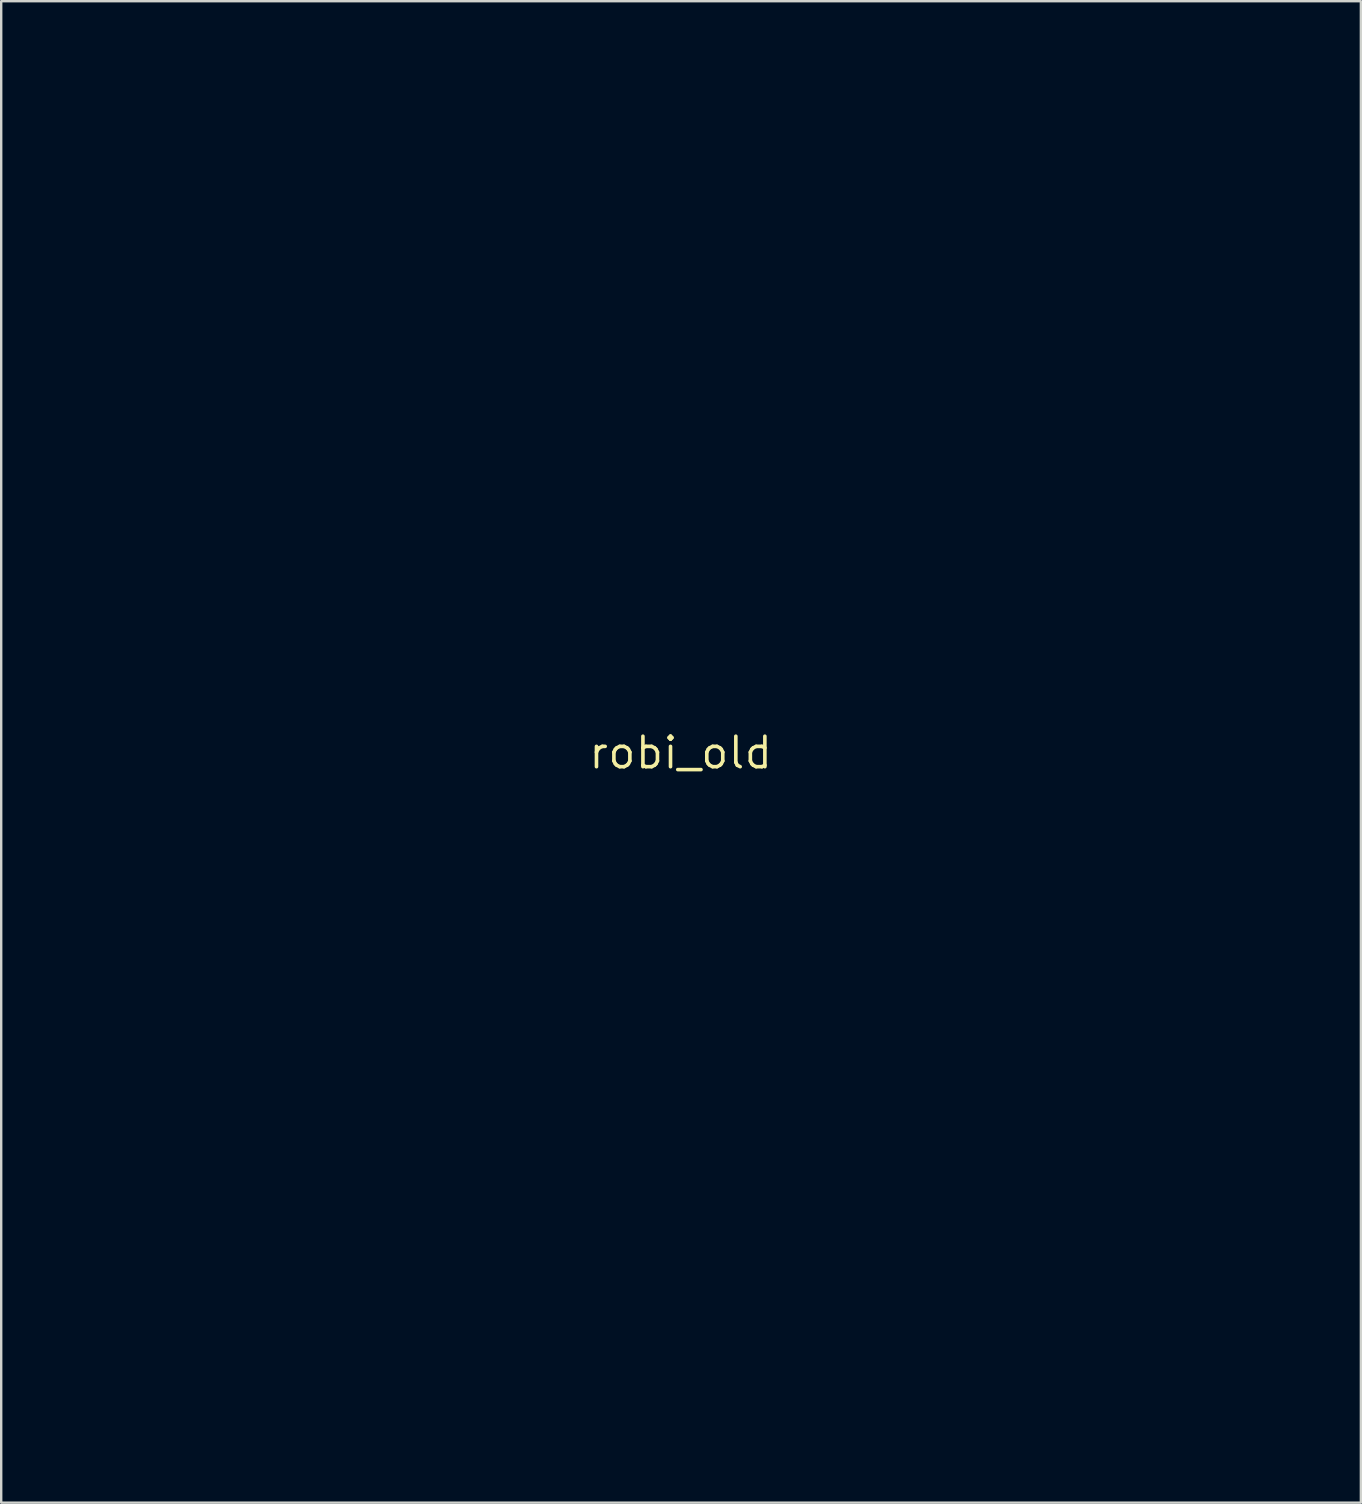
<source format=kicad_pcb>
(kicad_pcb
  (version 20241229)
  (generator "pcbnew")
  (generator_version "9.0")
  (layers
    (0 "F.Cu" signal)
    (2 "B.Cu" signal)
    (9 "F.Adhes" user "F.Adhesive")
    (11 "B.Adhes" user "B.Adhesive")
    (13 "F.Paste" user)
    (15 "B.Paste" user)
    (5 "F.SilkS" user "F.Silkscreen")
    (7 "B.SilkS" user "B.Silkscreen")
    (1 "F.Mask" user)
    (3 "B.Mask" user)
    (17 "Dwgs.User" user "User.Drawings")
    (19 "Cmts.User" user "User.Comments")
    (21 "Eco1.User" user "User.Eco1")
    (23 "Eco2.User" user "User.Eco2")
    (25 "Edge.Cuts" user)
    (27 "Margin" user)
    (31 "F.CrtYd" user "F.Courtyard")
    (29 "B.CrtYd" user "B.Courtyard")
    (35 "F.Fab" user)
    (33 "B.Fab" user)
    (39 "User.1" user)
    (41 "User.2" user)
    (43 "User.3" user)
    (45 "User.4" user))
  (footprint "robi_old"
    (layer "F.Cu")
    (at 25.308 28.312)
    (property "Reference" "robi_old" (at 0 0 0) (layer "F.SilkS") (effects (font (size 1.27 1.27) (thickness 0.15))))
    (attr through_hole)
    (fp_poly (pts (xy -3.675 -9.575) (xy -3.667 -9.493) (xy -3.662 -9.41) (xy -3.662 -9.392) (xy -3.656 -9.291) (xy -3.64 -9.16) (xy -3.615 -9.011) (xy -3.584 -8.855) (xy -3.548 -8.703) (xy -3.524 -8.614) (xy -3.396 -8.243) (xy -3.23 -7.89) (xy -3.031 -7.558) (xy -2.8 -7.249) (xy -2.539 -6.965) (xy -2.251 -6.709) (xy -1.938 -6.483) (xy -1.602 -6.289) (xy -1.247 -6.129) (xy -0.874 -6.005) (xy -0.697 -5.961) (xy -0.302 -5.894) (xy 0.092 -5.869) (xy 0.483 -5.886) (xy 0.871 -5.945) (xy 1.252 -6.045) (xy 1.628 -6.188) (xy 1.75 -6.244) (xy 2.1 -6.432) (xy 2.42 -6.649) (xy 2.712 -6.895) (xy 2.979 -7.174) (xy 3.225 -7.488) (xy 3.307 -7.609) (xy 3.465 -7.876) (xy 3.603 -8.169) (xy 3.72 -8.477) (xy 3.812 -8.793) (xy 3.877 -9.107) (xy 3.911 -9.41) (xy 3.916 -9.562) (xy 3.916 -9.673) (xy 5.256 -9.673) (xy 5.243 -9.403) (xy 5.2 -8.948) (xy 5.118 -8.503) (xy 4.997 -8.07) (xy 4.839 -7.652) (xy 4.646 -7.251) (xy 4.42 -6.87) (xy 4.162 -6.509) (xy 3.873 -6.171) (xy 3.556 -5.859) (xy 3.212 -5.574) (xy 2.841 -5.318) (xy 2.447 -5.094) (xy 2.031 -4.904) (xy 1.775 -4.808) (xy 1.453 -4.711) (xy 1.113 -4.63) (xy 0.847 -4.583) (xy 0.757 -4.573) (xy 0.64 -4.563) (xy 0.502 -4.554) (xy 0.353 -4.547) (xy 0.203 -4.541) (xy 0.06 -4.537) (xy -0.067 -4.536) (xy -0.169 -4.538) (xy -0.233 -4.542) (xy -0.287 -4.548) (xy -0.369 -4.558) (xy -0.465 -4.569) (xy -0.508 -4.574) (xy -0.95 -4.645) (xy -1.382 -4.756) (xy -1.802 -4.906) (xy -2.206 -5.091) (xy -2.593 -5.312) (xy -2.96 -5.565) (xy -3.304 -5.85) (xy -3.624 -6.164) (xy -3.917 -6.506) (xy -4.179 -6.874) (xy -4.41 -7.267) (xy -4.477 -7.398) (xy -4.652 -7.791) (xy -4.791 -8.19) (xy -4.896 -8.601) (xy -4.968 -9.031) (xy -5.007 -9.446) (xy -5.022 -9.673) (xy -3.689 -9.673) (xy -3.675 -9.575)) (stroke (width 0.01) (type solid)) (fill yes) (layer "F.Mask"))
    (fp_poly (pts (xy -7.881 -28.305) (xy -7.666 -28.298) (xy -7.47 -28.287) (xy -7.306 -28.271) (xy -7.303 -28.271) (xy -6.757 -28.183) (xy -6.226 -28.055) (xy -5.71 -27.889) (xy -5.212 -27.685) (xy -4.733 -27.443) (xy -4.274 -27.165) (xy -3.836 -26.85) (xy -3.42 -26.5) (xy -3.175 -26.267) (xy -2.811 -25.874) (xy -2.479 -25.454) (xy -2.18 -25.01) (xy -1.915 -24.544) (xy -1.687 -24.061) (xy -1.497 -23.561) (xy -1.345 -23.049) (xy -1.315 -22.923) (xy -1.263 -22.678) (xy -1.219 -22.42) (xy -1.184 -22.16) (xy -1.158 -21.91) (xy -1.145 -21.682) (xy -1.143 -21.575) (xy -1.143 -21.378) (xy -0.841 -21.394) (xy -0.712 -21.399) (xy -0.548 -21.404) (xy -0.36 -21.407) (xy -0.153 -21.409) (xy 0.063 -21.41) (xy 0.281 -21.409) (xy 0.493 -21.408) (xy 0.691 -21.405) (xy 0.867 -21.402) (xy 1.013 -21.397) (xy 1.082 -21.394) (xy 1.371 -21.378) (xy 1.385 -21.584) (xy 1.415 -21.947) (xy 1.456 -22.279) (xy 1.509 -22.593) (xy 1.576 -22.899) (xy 1.59 -22.955) (xy 1.741 -23.47) (xy 1.93 -23.968) (xy 2.157 -24.449) (xy 2.418 -24.91) (xy 2.713 -25.35) (xy 3.041 -25.765) (xy 3.399 -26.156) (xy 3.786 -26.518) (xy 4.2 -26.852) (xy 4.641 -27.153) (xy 5.106 -27.422) (xy 5.234 -27.488) (xy 5.725 -27.712) (xy 6.225 -27.895) (xy 6.736 -28.038) (xy 7.26 -28.142) (xy 7.673 -28.196) (xy 7.839 -28.208) (xy 8.035 -28.216) (xy 8.251 -28.22) (xy 8.474 -28.219) (xy 8.694 -28.214) (xy 8.898 -28.204) (xy 9.077 -28.191) (xy 9.133 -28.184) (xy 9.678 -28.1) (xy 10.207 -27.976) (xy 10.721 -27.813) (xy 11.218 -27.611) (xy 11.697 -27.371) (xy 12.157 -27.094) (xy 12.597 -26.78) (xy 13.015 -26.429) (xy 13.274 -26.184) (xy 13.64 -25.791) (xy 13.97 -25.377) (xy 14.265 -24.945) (xy 14.523 -24.497) (xy 14.745 -24.036) (xy 14.932 -23.562) (xy 15.082 -23.079) (xy 15.197 -22.588) (xy 15.275 -22.091) (xy 15.317 -21.591) (xy 15.324 -21.089) (xy 15.294 -20.589) (xy 15.228 -20.09) (xy 15.127 -19.597) (xy 14.989 -19.111) (xy 14.815 -18.634) (xy 14.606 -18.168) (xy 14.36 -17.715) (xy 14.078 -17.277) (xy 13.76 -16.857) (xy 13.406 -16.456) (xy 13.293 -16.34) (xy 13.1 -16.153) (xy 12.9 -15.972) (xy 12.702 -15.804) (xy 12.516 -15.659) (xy 12.454 -15.613) (xy 12.345 -15.536) (xy 12.634 -15.15) (xy 13.083 -14.518) (xy 13.495 -13.878) (xy 13.87 -13.223) (xy 14.214 -12.547) (xy 14.53 -11.846) (xy 14.653 -11.546) (xy 14.734 -11.336) (xy 14.821 -11.094) (xy 14.91 -10.833) (xy 14.999 -10.563) (xy 15.084 -10.294) (xy 15.16 -10.038) (xy 15.226 -9.805) (xy 15.246 -9.726) (xy 15.361 -9.282) (xy 16.201 -9.276) (xy 16.412 -9.275) (xy 16.585 -9.274) (xy 16.722 -9.274) (xy 16.829 -9.275) (xy 16.908 -9.276) (xy 16.964 -9.279) (xy 17.001 -9.283) (xy 17.022 -9.289) (xy 17.031 -9.296) (xy 17.032 -9.305) (xy 17.031 -9.308) (xy 16.954 -9.643) (xy 16.928 -9.874) (xy 18.256 -9.874) (xy 19.544 -4.699) (xy 19.658 -4.239) (xy 19.77 -3.79) (xy 19.88 -3.352) (xy 19.985 -2.928) (xy 20.087 -2.519) (xy 20.185 -2.128) (xy 20.278 -1.755) (xy 20.367 -1.403) (xy 20.449 -1.074) (xy 20.526 -0.769) (xy 20.596 -0.49) (xy 20.659 -0.24) (xy 20.715 -0.018) (xy 20.763 0.171) (xy 20.803 0.328) (xy 20.834 0.449) (xy 20.856 0.534) (xy 20.868 0.58) (xy 20.87 0.587) (xy 20.953 0.767) (xy 21.069 0.942) (xy 21.213 1.105) (xy 21.376 1.244) (xy 21.439 1.288) (xy 21.631 1.394) (xy 21.828 1.467) (xy 22.034 1.507) (xy 22.254 1.515) (xy 22.494 1.49) (xy 22.758 1.434) (xy 22.775 1.43) (xy 22.991 1.366) (xy 23.173 1.295) (xy 23.329 1.215) (xy 23.465 1.121) (xy 23.478 1.111) (xy 23.627 0.967) (xy 23.76 0.793) (xy 23.869 0.599) (xy 23.948 0.396) (xy 23.973 0.296) (xy 23.981 0.262) (xy 23.988 0.232) (xy 23.994 0.203) (xy 23.999 0.174) (xy 24.003 0.143) (xy 24.005 0.108) (xy 24.005 0.069) (xy 24.002 0.024) (xy 23.997 -0.03) (xy 23.988 -0.093) (xy 23.976 -0.167) (xy 23.96 -0.253) (xy 23.94 -0.354) (xy 23.916 -0.47) (xy 23.887 -0.603) (xy 23.852 -0.755) (xy 23.812 -0.927) (xy 23.766 -1.121) (xy 23.714 -1.338) (xy 23.656 -1.58) (xy 23.59 -1.848) (xy 23.518 -2.144) (xy 23.438 -2.47) (xy 23.349 -2.826) (xy 23.253 -3.215) (xy 23.148 -3.638) (xy 23.034 -4.097) (xy 22.911 -4.592) (xy 22.778 -5.126) (xy 22.693 -5.472) (xy 22.551 -6.04) (xy 22.42 -6.569) (xy 22.298 -7.059) (xy 22.185 -7.512) (xy 22.081 -7.929) (xy 21.985 -8.312) (xy 21.897 -8.662) (xy 21.817 -8.98) (xy 21.745 -9.267) (xy 21.679 -9.525) (xy 21.621 -9.756) (xy 21.568 -9.96) (xy 21.522 -10.139) (xy 21.482 -10.294) (xy 21.447 -10.426) (xy 21.416 -10.538) (xy 21.391 -10.629) (xy 21.37 -10.702) (xy 21.353 -10.758) (xy 21.34 -10.798) (xy 21.329 -10.824) (xy 21.328 -10.827) (xy 21.209 -11.033) (xy 21.064 -11.213) (xy 20.92 -11.343) (xy 20.733 -11.47) (xy 20.542 -11.562) (xy 20.343 -11.62) (xy 20.13 -11.645) (xy 19.9 -11.637) (xy 19.647 -11.598) (xy 19.516 -11.568) (xy 19.329 -11.517) (xy 19.166 -11.462) (xy 19.036 -11.407) (xy 19.035 -11.407) (xy 18.837 -11.285) (xy 18.659 -11.13) (xy 18.508 -10.946) (xy 18.385 -10.737) (xy 18.322 -10.586) (xy 18.294 -10.504) (xy 18.276 -10.435) (xy 18.264 -10.367) (xy 18.259 -10.287) (xy 18.257 -10.182) (xy 18.257 -10.139) (xy 18.256 -9.874) (xy 16.928 -9.874) (xy 16.917 -9.981) (xy 16.919 -10.318) (xy 16.962 -10.65) (xy 17.043 -10.974) (xy 17.163 -11.286) (xy 17.288 -11.527) (xy 17.478 -11.811) (xy 17.699 -12.066) (xy 17.95 -12.292) (xy 18.23 -12.487) (xy 18.469 -12.618) (xy 18.572 -12.667) (xy 18.667 -12.708) (xy 18.764 -12.743) (xy 18.874 -12.778) (xy 19.006 -12.814) (xy 19.138 -12.848) (xy 19.397 -12.909) (xy 19.626 -12.952) (xy 19.832 -12.979) (xy 20.025 -12.99) (xy 20.212 -12.985) (xy 20.402 -12.965) (xy 20.6 -12.931) (xy 20.919 -12.846) (xy 21.223 -12.723) (xy 21.51 -12.565) (xy 21.777 -12.375) (xy 22.019 -12.155) (xy 22.234 -11.909) (xy 22.418 -11.638) (xy 22.568 -11.347) (xy 22.63 -11.194) (xy 22.641 -11.157) (xy 22.661 -11.081) (xy 22.691 -10.968) (xy 22.729 -10.821) (xy 22.776 -10.641) (xy 22.829 -10.431) (xy 22.89 -10.192) (xy 22.957 -9.927) (xy 23.03 -9.638) (xy 23.108 -9.327) (xy 23.191 -8.997) (xy 23.278 -8.648) (xy 23.369 -8.285) (xy 23.464 -7.907) (xy 23.561 -7.519) (xy 23.66 -7.122) (xy 23.76 -6.717) (xy 23.862 -6.308) (xy 23.965 -5.896) (xy 24.067 -5.483) (xy 24.169 -5.072) (xy 24.27 -4.665) (xy 24.37 -4.263) (xy 24.467 -3.87) (xy 24.562 -3.487) (xy 24.653 -3.115) (xy 24.741 -2.758) (xy 24.825 -2.418) (xy 24.904 -2.096) (xy 24.978 -1.795) (xy 25.046 -1.517) (xy 25.107 -1.264) (xy 25.162 -1.039) (xy 25.209 -0.842) (xy 25.249 -0.677) (xy 25.28 -0.545) (xy 25.302 -0.449) (xy 25.315 -0.391) (xy 25.317 -0.378) (xy 25.329 -0.25) (xy 25.334 -0.095) (xy 25.332 0.074) (xy 25.323 0.244) (xy 25.309 0.405) (xy 25.289 0.542) (xy 25.276 0.603) (xy 25.171 0.944) (xy 25.031 1.261) (xy 24.859 1.553) (xy 24.653 1.818) (xy 24.416 2.056) (xy 24.149 2.266) (xy 23.866 2.438) (xy 23.655 2.551) (xy 23.09 5.175) (xy 23.02 5.502) (xy 22.952 5.819) (xy 22.886 6.122) (xy 22.825 6.408) (xy 22.767 6.677) (xy 22.714 6.924) (xy 22.666 7.148) (xy 22.623 7.346) (xy 22.587 7.515) (xy 22.557 7.654) (xy 22.535 7.758) (xy 22.52 7.826) (xy 22.514 7.856) (xy 22.513 7.856) (xy 22.511 7.885) (xy 22.522 7.911) (xy 22.551 7.942) (xy 22.606 7.983) (xy 22.665 8.024) (xy 22.982 8.263) (xy 23.273 8.533) (xy 23.533 8.83) (xy 23.634 8.964) (xy 23.721 9.096) (xy 23.814 9.255) (xy 23.907 9.43) (xy 23.994 9.609) (xy 24.068 9.78) (xy 24.125 9.929) (xy 24.13 9.945) (xy 24.232 10.329) (xy 24.292 10.718) (xy 24.311 11.11) (xy 24.289 11.501) (xy 24.226 11.888) (xy 24.129 12.246) (xy 23.99 12.607) (xy 23.816 12.948) (xy 23.61 13.266) (xy 23.375 13.56) (xy 23.112 13.827) (xy 22.824 14.066) (xy 22.515 14.275) (xy 22.186 14.451) (xy 21.84 14.593) (xy 21.48 14.699) (xy 21.108 14.766) (xy 20.854 14.788) (xy 20.595 14.802) (xy 20.595 13.462) (xy 20.721 13.462) (xy 20.837 13.455) (xy 20.977 13.435) (xy 21.127 13.406) (xy 21.273 13.369) (xy 21.399 13.329) (xy 21.41 13.325) (xy 21.706 13.192) (xy 21.976 13.026) (xy 22.218 12.831) (xy 22.43 12.608) (xy 22.61 12.36) (xy 22.756 12.088) (xy 22.868 11.796) (xy 22.942 11.485) (xy 22.967 11.31) (xy 22.978 11.164) (xy 22.978 11.026) (xy 22.966 10.88) (xy 22.943 10.713) (xy 22.932 10.651) (xy 22.86 10.364) (xy 22.749 10.089) (xy 22.602 9.828) (xy 22.422 9.585) (xy 22.211 9.365) (xy 21.974 9.17) (xy 21.711 9.005) (xy 21.639 8.967) (xy 21.387 8.863) (xy 21.114 8.79) (xy 20.829 8.748) (xy 20.538 8.74) (xy 20.25 8.764) (xy 19.973 8.821) (xy 19.863 8.856) (xy 19.576 8.975) (xy 19.309 9.13) (xy 19.065 9.317) (xy 18.846 9.533) (xy 18.657 9.775) (xy 18.5 10.039) (xy 18.379 10.322) (xy 18.372 10.343) (xy 18.33 10.484) (xy 18.293 10.64) (xy 18.266 10.795) (xy 18.249 10.935) (xy 18.246 11.012) (xy 18.246 11.113) (xy 16.912 11.113) (xy 16.912 10.98) (xy 16.925 10.741) (xy 16.961 10.481) (xy 17.02 10.21) (xy 17.098 9.939) (xy 17.102 9.925) (xy 17.243 9.565) (xy 17.419 9.227) (xy 17.626 8.912) (xy 17.863 8.621) (xy 18.127 8.357) (xy 18.415 8.122) (xy 18.725 7.917) (xy 19.053 7.743) (xy 19.398 7.603) (xy 19.757 7.498) (xy 20.127 7.431) (xy 20.505 7.402) (xy 20.87 7.412) (xy 20.976 7.42) (xy 21.071 7.428) (xy 21.144 7.433) (xy 21.185 7.437) (xy 21.186 7.437) (xy 21.194 7.437) (xy 21.202 7.434) (xy 21.209 7.427) (xy 21.218 7.412) (xy 21.228 7.388) (xy 21.24 7.352) (xy 21.254 7.303) (xy 21.271 7.237) (xy 21.292 7.152) (xy 21.317 7.046) (xy 21.346 6.917) (xy 21.38 6.763) (xy 21.42 6.581) (xy 21.466 6.369) (xy 21.519 6.124) (xy 21.58 5.845) (xy 21.648 5.529) (xy 21.719 5.196) (xy 21.784 4.894) (xy 21.847 4.604) (xy 21.907 4.327) (xy 21.963 4.066) (xy 22.015 3.825) (xy 22.062 3.606) (xy 22.104 3.412) (xy 22.14 3.245) (xy 22.169 3.109) (xy 22.192 3.006) (xy 22.207 2.938) (xy 22.213 2.909) (xy 22.213 2.908) (xy 22.216 2.888) (xy 22.207 2.875) (xy 22.179 2.865) (xy 22.126 2.858) (xy 22.039 2.852) (xy 22.008 2.85) (xy 21.68 2.808) (xy 21.363 2.727) (xy 21.059 2.609) (xy 20.773 2.456) (xy 20.506 2.271) (xy 20.263 2.057) (xy 20.045 1.814) (xy 19.857 1.547) (xy 19.702 1.257) (xy 19.611 1.033) (xy 19.598 0.99) (xy 19.575 0.908) (xy 19.544 0.792) (xy 19.505 0.643) (xy 19.459 0.466) (xy 19.407 0.263) (xy 19.35 0.038) (xy 19.288 -0.207) (xy 19.222 -0.469) (xy 19.153 -0.744) (xy 19.082 -1.03) (xy 19.05 -1.157) (xy 18.547 -3.186) (xy 17.046 -3.191) (xy 15.545 -3.196) (xy 15.518 -3.032) (xy 15.49 -2.875) (xy 15.452 -2.687) (xy 15.408 -2.478) (xy 15.358 -2.259) (xy 15.306 -2.039) (xy 15.254 -1.828) (xy 15.204 -1.641) (xy 15.037 -1.069) (xy 14.855 -0.521) (xy 14.653 0.015) (xy 14.427 0.55) (xy 14.172 1.094) (xy 14.064 1.312) (xy 13.712 1.972) (xy 13.333 2.606) (xy 12.924 3.22) (xy 12.481 3.82) (xy 12 4.411) (xy 11.866 4.567) (xy 11.639 4.826) (xy 9.038 4.826) (xy 9.038 7.324) (xy 12.478 7.324) (xy 13.989 14.473) (xy 15.499 21.622) (xy 15.661 21.798) (xy 16.056 22.255) (xy 16.411 22.717) (xy 16.726 23.186) (xy 17.004 23.665) (xy 17.245 24.158) (xy 17.451 24.665) (xy 17.624 25.191) (xy 17.702 25.474) (xy 17.77 25.755) (xy 17.826 26.025) (xy 17.871 26.29) (xy 17.906 26.561) (xy 17.932 26.846) (xy 17.951 27.153) (xy 17.962 27.492) (xy 17.964 27.585) (xy 17.977 28.236) (xy 1.243 28.236) (xy 1.255 27.575) (xy 1.261 27.311) (xy 1.27 27.08) (xy 1.28 26.903) (xy 2.619 26.903) (xy 16.6 26.903) (xy 16.585 26.76) (xy 16.57 26.646) (xy 16.548 26.503) (xy 16.519 26.342) (xy 16.487 26.176) (xy 16.454 26.016) (xy 16.422 25.874) (xy 16.412 25.834) (xy 16.261 25.321) (xy 16.072 24.825) (xy 15.847 24.347) (xy 15.588 23.891) (xy 15.297 23.456) (xy 14.975 23.044) (xy 14.624 22.658) (xy 14.246 22.299) (xy 13.842 21.968) (xy 13.415 21.668) (xy 12.966 21.399) (xy 12.497 21.164) (xy 12.009 20.964) (xy 11.504 20.8) (xy 10.985 20.675) (xy 10.858 20.651) (xy 10.633 20.612) (xy 10.425 20.584) (xy 10.222 20.564) (xy 10.012 20.551) (xy 9.781 20.545) (xy 9.61 20.544) (xy 9.453 20.546) (xy 9.294 20.549) (xy 9.142 20.555) (xy 9.009 20.562) (xy 8.905 20.57) (xy 8.89 20.571) (xy 8.341 20.654) (xy 7.807 20.775) (xy 7.288 20.936) (xy 6.785 21.134) (xy 6.301 21.37) (xy 5.837 21.643) (xy 5.394 21.951) (xy 4.973 22.294) (xy 4.577 22.672) (xy 4.267 23.01) (xy 3.937 23.427) (xy 3.639 23.871) (xy 3.374 24.338) (xy 3.145 24.826) (xy 2.952 25.333) (xy 2.796 25.856) (xy 2.786 25.897) (xy 2.751 26.047) (xy 2.716 26.217) (xy 2.684 26.392) (xy 2.657 26.559) (xy 2.638 26.705) (xy 2.632 26.759) (xy 2.619 26.903) (xy 1.28 26.903) (xy 1.281 26.874) (xy 1.297 26.684) (xy 1.318 26.501) (xy 1.344 26.316) (xy 1.377 26.121) (xy 1.388 26.056) (xy 1.516 25.477) (xy 1.683 24.911) (xy 1.889 24.361) (xy 2.133 23.827) (xy 2.416 23.311) (xy 2.736 22.813) (xy 3.093 22.335) (xy 3.487 21.878) (xy 3.499 21.865) (xy 3.724 21.622) (xy 3.724 20.55) (xy 5.059 20.55) (xy 5.339 20.382) (xy 5.465 20.309) (xy 5.613 20.227) (xy 5.765 20.145) (xy 5.907 20.072) (xy 5.937 20.057) (xy 6.45 19.826) (xy 6.969 19.632) (xy 7.501 19.474) (xy 8.049 19.35) (xy 8.62 19.26) (xy 8.71 19.249) (xy 8.858 19.235) (xy 9.039 19.224) (xy 9.242 19.217) (xy 9.458 19.212) (xy 9.678 19.21) (xy 9.892 19.212) (xy 10.092 19.217) (xy 10.267 19.226) (xy 10.393 19.237) (xy 10.977 19.318) (xy 11.55 19.438) (xy 12.11 19.594) (xy 12.653 19.785) (xy 13.174 20.011) (xy 13.555 20.205) (xy 13.655 20.259) (xy 13.741 20.304) (xy 13.808 20.337) (xy 13.847 20.355) (xy 13.856 20.357) (xy 13.852 20.335) (xy 13.84 20.275) (xy 13.82 20.176) (xy 13.792 20.04) (xy 13.757 19.87) (xy 13.715 19.667) (xy 13.666 19.432) (xy 13.61 19.167) (xy 13.549 18.874) (xy 13.482 18.555) (xy 13.41 18.21) (xy 13.333 17.843) (xy 13.251 17.454) (xy 13.165 17.045) (xy 13.075 16.617) (xy 12.981 16.173) (xy 12.884 15.715) (xy 12.785 15.243) (xy 12.682 14.759) (xy 12.629 14.508) (xy 11.395 8.668) (xy 8.227 8.662) (xy 5.059 8.657) (xy 5.059 20.55) (xy 3.724 20.55) (xy 3.725 14.473) (xy 3.725 7.324) (xy 7.684 7.324) (xy 7.684 4.826) (xy -7.451 4.826) (xy -7.451 7.324) (xy -3.471 7.324) (xy -3.47 21.643) (xy -3.246 21.886) (xy -2.856 22.34) (xy -2.501 22.816) (xy -2.182 23.311) (xy -1.899 23.824) (xy -1.653 24.353) (xy -1.447 24.895) (xy -1.28 25.45) (xy -1.153 26.014) (xy -1.144 26.065) (xy -1.115 26.232) (xy -1.091 26.381) (xy -1.072 26.518) (xy -1.057 26.653) (xy -1.045 26.792) (xy -1.037 26.944) (xy -1.03 27.116) (xy -1.026 27.315) (xy -1.022 27.511) (xy -1.011 28.236) (xy -17.721 28.236) (xy -17.71 27.522) (xy -17.706 27.298) (xy -17.702 27.111) (xy -17.696 26.952) (xy -17.693 26.903) (xy -16.359 26.903) (xy -2.37 26.903) (xy -2.383 26.813) (xy -2.447 26.407) (xy -2.521 26.034) (xy -2.606 25.687) (xy -2.705 25.357) (xy -2.821 25.037) (xy -2.954 24.719) (xy -2.975 24.674) (xy -3.177 24.263) (xy -3.396 23.879) (xy -3.638 23.517) (xy -3.909 23.168) (xy -4.212 22.824) (xy -4.413 22.616) (xy -4.617 22.418) (xy -4.805 22.245) (xy -4.987 22.09) (xy -5.174 21.945) (xy -5.374 21.801) (xy -5.511 21.709) (xy -5.969 21.43) (xy -6.445 21.189) (xy -6.937 20.985) (xy -7.442 20.82) (xy -7.957 20.694) (xy -8.48 20.608) (xy -9.009 20.561) (xy -9.541 20.554) (xy -10.075 20.587) (xy -10.607 20.662) (xy -11.041 20.754) (xy -11.558 20.903) (xy -12.058 21.089) (xy -12.539 21.311) (xy -12.999 21.568) (xy -13.438 21.858) (xy -13.853 22.179) (xy -14.243 22.529) (xy -14.605 22.908) (xy -14.94 23.312) (xy -15.243 23.742) (xy -15.515 24.194) (xy -15.754 24.668) (xy -15.957 25.162) (xy -16.123 25.673) (xy -16.179 25.881) (xy -16.22 26.063) (xy -16.262 26.273) (xy -16.302 26.499) (xy -16.336 26.727) (xy -16.35 26.834) (xy -16.359 26.903) (xy -17.693 26.903) (xy -17.688 26.816) (xy -17.679 26.696) (xy -17.668 26.585) (xy -17.656 26.49) (xy -17.563 25.938) (xy -17.441 25.41) (xy -17.287 24.901) (xy -17.099 24.404) (xy -16.875 23.91) (xy -16.848 23.855) (xy -16.623 23.434) (xy -16.38 23.034) (xy -16.113 22.647) (xy -15.816 22.266) (xy -15.486 21.883) (xy -15.423 21.814) (xy -15.257 21.633) (xy -14.992 20.38) (xy -13.62 20.38) (xy -13.6 20.374) (xy -13.553 20.35) (xy -13.488 20.314) (xy -13.469 20.303) (xy -13.014 20.061) (xy -12.53 19.845) (xy -12.022 19.657) (xy -11.497 19.499) (xy -10.958 19.373) (xy -10.412 19.28) (xy -10.234 19.257) (xy -10.108 19.246) (xy -9.948 19.238) (xy -9.763 19.232) (xy -9.559 19.23) (xy -9.346 19.229) (xy -9.132 19.232) (xy -8.924 19.237) (xy -8.732 19.244) (xy -8.562 19.254) (xy -8.424 19.266) (xy -8.403 19.268) (xy -7.863 19.352) (xy -7.326 19.472) (xy -6.798 19.625) (xy -6.284 19.809) (xy -5.789 20.022) (xy -5.32 20.263) (xy -4.964 20.476) (xy -4.895 20.52) (xy -4.842 20.553) (xy -4.813 20.571) (xy -4.81 20.573) (xy -4.81 20.552) (xy -4.809 20.49) (xy -4.809 20.39) (xy -4.808 20.252) (xy -4.808 20.079) (xy -4.808 19.872) (xy -4.807 19.633) (xy -4.807 19.363) (xy -4.807 19.064) (xy -4.806 18.739) (xy -4.806 18.387) (xy -4.806 18.012) (xy -4.806 17.615) (xy -4.805 17.198) (xy -4.805 16.762) (xy -4.805 16.309) (xy -4.805 15.84) (xy -4.805 15.358) (xy -4.805 14.864) (xy -4.805 14.616) (xy -4.805 8.657) (xy -11.149 8.657) (xy -11.195 8.874) (xy -11.203 8.913) (xy -11.22 8.992) (xy -11.245 9.109) (xy -11.277 9.262) (xy -11.317 9.449) (xy -11.363 9.669) (xy -11.416 9.919) (xy -11.475 10.199) (xy -11.54 10.506) (xy -11.61 10.838) (xy -11.685 11.194) (xy -11.765 11.572) (xy -11.85 11.971) (xy -11.938 12.387) (xy -12.029 12.821) (xy -12.124 13.269) (xy -12.222 13.731) (xy -12.322 14.204) (xy -12.424 14.686) (xy -12.433 14.732) (xy -12.535 15.213) (xy -12.634 15.682) (xy -12.731 16.14) (xy -12.824 16.583) (xy -12.914 17.01) (xy -13 17.419) (xy -13.083 17.81) (xy -13.16 18.179) (xy -13.233 18.526) (xy -13.301 18.848) (xy -13.363 19.145) (xy -13.419 19.413) (xy -13.47 19.653) (xy -13.513 19.861) (xy -13.55 20.037) (xy -13.579 20.178) (xy -13.601 20.284) (xy -13.614 20.351) (xy -13.619 20.379) (xy -13.62 20.38) (xy -14.992 20.38) (xy -13.778 14.632) (xy -13.664 14.094) (xy -13.553 13.567) (xy -13.444 13.05) (xy -13.337 12.547) (xy -13.234 12.058) (xy -13.134 11.585) (xy -13.038 11.13) (xy -12.946 10.695) (xy -12.858 10.28) (xy -12.775 9.887) (xy -12.697 9.518) (xy -12.625 9.174) (xy -12.558 8.858) (xy -12.497 8.57) (xy -12.442 8.312) (xy -12.394 8.086) (xy -12.353 7.893) (xy -12.32 7.734) (xy -12.294 7.612) (xy -12.276 7.528) (xy -12.266 7.483) (xy -12.265 7.477) (xy -12.231 7.324) (xy -8.784 7.324) (xy -8.784 4.826) (xy -10.091 4.825) (xy -11.398 4.824) (xy -11.559 4.64) (xy -11.829 4.324) (xy -12.074 4.026) (xy -12.302 3.735) (xy -12.52 3.441) (xy -12.736 3.135) (xy -12.923 2.857) (xy -13.348 2.179) (xy -13.738 1.477) (xy -14.092 0.756) (xy -14.408 0.016) (xy -14.686 -0.738) (xy -14.925 -1.505) (xy -15.109 -2.223) (xy -15.133 -2.327) (xy -15.159 -2.448) (xy -15.187 -2.58) (xy -15.214 -2.714) (xy -15.241 -2.845) (xy -15.264 -2.964) (xy -15.283 -3.065) (xy -15.297 -3.141) (xy -15.303 -3.184) (xy -15.303 -3.189) (xy -15.324 -3.19) (xy -15.384 -3.191) (xy -15.479 -3.192) (xy -15.607 -3.193) (xy -15.765 -3.194) (xy -15.948 -3.195) (xy -16.155 -3.195) (xy -16.381 -3.196) (xy -16.623 -3.196) (xy -16.878 -3.196) (xy -16.91 -3.196) (xy -18.516 -3.196) (xy -19.008 -1.212) (xy -19.079 -0.926) (xy -19.148 -0.649) (xy -19.214 -0.383) (xy -19.277 -0.133) (xy -19.335 0.098) (xy -19.388 0.309) (xy -19.435 0.494) (xy -19.476 0.653) (xy -19.509 0.78) (xy -19.533 0.873) (xy -19.549 0.93) (xy -19.552 0.939) (xy -19.67 1.248) (xy -19.823 1.536) (xy -20.01 1.803) (xy -20.225 2.045) (xy -20.467 2.26) (xy -20.733 2.446) (xy -21.018 2.601) (xy -21.321 2.721) (xy -21.637 2.804) (xy -21.965 2.849) (xy -21.976 2.85) (xy -22.064 2.858) (xy -22.133 2.868) (xy -22.175 2.878) (xy -22.183 2.885) (xy -22.178 2.908) (xy -22.166 2.969) (xy -22.146 3.065) (xy -22.119 3.193) (xy -22.086 3.349) (xy -22.047 3.53) (xy -22.004 3.732) (xy -21.956 3.954) (xy -21.906 4.191) (xy -21.852 4.44) (xy -21.797 4.697) (xy -21.74 4.961) (xy -21.683 5.227) (xy -21.626 5.492) (xy -21.57 5.753) (xy -21.515 6.007) (xy -21.462 6.251) (xy -21.413 6.481) (xy -21.366 6.694) (xy -21.325 6.887) (xy -21.288 7.056) (xy -21.256 7.199) (xy -21.232 7.312) (xy -21.214 7.393) (xy -21.204 7.436) (xy -21.202 7.444) (xy -21.179 7.444) (xy -21.128 7.439) (xy -21.07 7.431) (xy -20.735 7.399) (xy -20.386 7.401) (xy -20.03 7.438) (xy -19.678 7.507) (xy -19.428 7.578) (xy -19.28 7.632) (xy -19.111 7.706) (xy -18.931 7.792) (xy -18.752 7.886) (xy -18.587 7.982) (xy -18.447 8.072) (xy -18.436 8.08) (xy -18.308 8.179) (xy -18.165 8.303) (xy -18.015 8.445) (xy -17.868 8.594) (xy -17.733 8.743) (xy -17.618 8.881) (xy -17.564 8.954) (xy -17.368 9.263) (xy -17.203 9.593) (xy -17.07 9.938) (xy -16.972 10.291) (xy -16.911 10.643) (xy -16.895 10.833) (xy -16.889 10.961) (xy -16.89 11.049) (xy -16.896 11.096) (xy -16.902 11.105) (xy -16.927 11.107) (xy -16.99 11.108) (xy -17.085 11.109) (xy -17.205 11.109) (xy -17.347 11.109) (xy -17.504 11.108) (xy -17.569 11.108) (xy -18.214 11.102) (xy -18.228 10.911) (xy -18.27 10.609) (xy -18.351 10.318) (xy -18.468 10.042) (xy -18.619 9.784) (xy -18.801 9.546) (xy -19.012 9.333) (xy -19.248 9.147) (xy -19.508 8.992) (xy -19.788 8.87) (xy -19.989 8.807) (xy -20.29 8.75) (xy -20.591 8.732) (xy -20.889 8.754) (xy -21.18 8.812) (xy -21.461 8.905) (xy -21.727 9.032) (xy -21.977 9.19) (xy -22.205 9.379) (xy -22.409 9.595) (xy -22.586 9.838) (xy -22.731 10.106) (xy -22.776 10.211) (xy -22.829 10.349) (xy -22.869 10.468) (xy -22.897 10.579) (xy -22.915 10.693) (xy -22.926 10.82) (xy -22.931 10.971) (xy -22.932 11.091) (xy -22.931 11.234) (xy -22.929 11.344) (xy -22.925 11.43) (xy -22.918 11.502) (xy -22.906 11.569) (xy -22.889 11.641) (xy -22.875 11.694) (xy -22.775 11.984) (xy -22.638 12.26) (xy -22.467 12.517) (xy -22.266 12.751) (xy -22.038 12.958) (xy -21.788 13.133) (xy -21.643 13.213) (xy -21.479 13.286) (xy -21.295 13.35) (xy -21.104 13.403) (xy -20.918 13.44) (xy -20.75 13.46) (xy -20.688 13.462) (xy -20.574 13.462) (xy -20.574 14.796) (xy -20.725 14.796) (xy -20.813 14.792) (xy -20.925 14.783) (xy -21.043 14.77) (xy -21.1 14.762) (xy -21.487 14.685) (xy -21.858 14.57) (xy -22.212 14.419) (xy -22.546 14.233) (xy -22.857 14.016) (xy -23.145 13.768) (xy -23.405 13.493) (xy -23.636 13.19) (xy -23.835 12.864) (xy -24 12.515) (xy -24.088 12.279) (xy -24.144 12.105) (xy -24.187 11.952) (xy -24.219 11.812) (xy -24.242 11.672) (xy -24.256 11.524) (xy -24.264 11.356) (xy -24.267 11.159) (xy -24.267 11.113) (xy -24.265 10.89) (xy -24.257 10.7) (xy -24.241 10.532) (xy -24.217 10.375) (xy -24.182 10.219) (xy -24.135 10.054) (xy -24.095 9.929) (xy -23.968 9.605) (xy -23.808 9.29) (xy -23.617 8.989) (xy -23.401 8.706) (xy -23.164 8.448) (xy -22.909 8.22) (xy -22.642 8.028) (xy -22.623 8.015) (xy -22.556 7.971) (xy -22.506 7.933) (xy -22.481 7.907) (xy -22.48 7.904) (xy -22.484 7.881) (xy -22.497 7.82) (xy -22.517 7.724) (xy -22.544 7.595) (xy -22.577 7.437) (xy -22.616 7.253) (xy -22.661 7.045) (xy -22.709 6.817) (xy -22.762 6.571) (xy -22.817 6.311) (xy -22.875 6.039) (xy -22.935 5.759) (xy -22.997 5.473) (xy -23.058 5.185) (xy -23.12 4.897) (xy -23.181 4.613) (xy -23.241 4.335) (xy -23.299 4.066) (xy -23.354 3.81) (xy -23.406 3.569) (xy -23.454 3.346) (xy -23.498 3.144) (xy -23.536 2.967) (xy -23.569 2.817) (xy -23.595 2.697) (xy -23.614 2.611) (xy -23.625 2.56) (xy -23.629 2.548) (xy -23.648 2.537) (xy -23.696 2.512) (xy -23.764 2.476) (xy -23.793 2.461) (xy -24.091 2.284) (xy -24.361 2.076) (xy -24.601 1.839) (xy -24.81 1.576) (xy -24.986 1.287) (xy -25.128 0.975) (xy -25.234 0.642) (xy -25.266 0.508) (xy -25.283 0.396) (xy -25.295 0.255) (xy -25.302 0.097) (xy -25.302 0.05) (xy -23.977 0.05) (xy -23.959 0.215) (xy -23.924 0.38) (xy -23.886 0.5) (xy -23.796 0.69) (xy -23.673 0.871) (xy -23.525 1.036) (xy -23.361 1.175) (xy -23.193 1.278) (xy -23.116 1.31) (xy -23.009 1.348) (xy -22.882 1.389) (xy -22.746 1.429) (xy -22.612 1.465) (xy -22.492 1.494) (xy -22.416 1.509) (xy -22.322 1.518) (xy -22.203 1.52) (xy -22.075 1.516) (xy -21.956 1.505) (xy -21.878 1.492) (xy -21.79 1.468) (xy -21.684 1.431) (xy -21.579 1.387) (xy -21.55 1.374) (xy -21.457 1.325) (xy -21.377 1.274) (xy -21.299 1.211) (xy -21.21 1.128) (xy -21.183 1.101) (xy -21.093 1.009) (xy -21.027 0.93) (xy -20.975 0.854) (xy -20.928 0.768) (xy -20.911 0.735) (xy -20.903 0.718) (xy -20.895 0.703) (xy -20.888 0.689) (xy -20.881 0.674) (xy -20.874 0.659) (xy -20.866 0.64) (xy -20.857 0.616) (xy -20.848 0.587) (xy -20.836 0.55) (xy -20.823 0.505) (xy -20.807 0.45) (xy -20.789 0.383) (xy -20.768 0.304) (xy -20.743 0.21) (xy -20.715 0.101) (xy -20.682 -0.026) (xy -20.646 -0.171) (xy -20.604 -0.335) (xy -20.557 -0.521) (xy -20.505 -0.73) (xy -20.447 -0.963) (xy -20.382 -1.22) (xy -20.311 -1.505) (xy -20.233 -1.818) (xy -20.148 -2.161) (xy -20.056 -2.534) (xy -19.955 -2.94) (xy -19.846 -3.38) (xy -19.728 -3.855) (xy -19.601 -4.367) (xy -19.557 -4.546) (xy -18.181 -4.546) (xy -18.161 -4.543) (xy -18.102 -4.54) (xy -18.007 -4.538) (xy -17.881 -4.536) (xy -17.727 -4.534) (xy -17.547 -4.532) (xy -17.347 -4.531) (xy -17.13 -4.53) (xy -16.898 -4.53) (xy -16.825 -4.53) (xy -15.467 -4.53) (xy -15.481 -4.651) (xy -15.49 -4.759) (xy -15.499 -4.901) (xy -15.508 -5.067) (xy -15.515 -5.248) (xy -15.521 -5.435) (xy -15.526 -5.62) (xy -15.528 -5.754) (xy -14.19 -5.754) (xy -14.177 -5.14) (xy -14.139 -4.535) (xy -14.077 -3.948) (xy -14.074 -3.926) (xy -13.953 -3.158) (xy -13.791 -2.401) (xy -13.588 -1.656) (xy -13.346 -0.925) (xy -13.065 -0.208) (xy -12.744 0.493) (xy -12.385 1.179) (xy -11.988 1.846) (xy -11.554 2.496) (xy -11.081 3.127) (xy -11.022 3.201) (xy -10.789 3.493) (xy 11.024 3.493) (xy 11.16 3.328) (xy 11.631 2.726) (xy 12.069 2.098) (xy 12.472 1.446) (xy 12.841 0.774) (xy 13.174 0.083) (xy 13.469 -0.625) (xy 13.727 -1.348) (xy 13.945 -2.082) (xy 14.124 -2.827) (xy 14.244 -3.471) (xy 14.294 -3.8) (xy 14.335 -4.106) (xy 14.367 -4.4) (xy 14.391 -4.691) (xy 14.408 -4.99) (xy 14.418 -5.308) (xy 14.422 -5.654) (xy 14.423 -5.768) (xy 14.413 -6.369) (xy 14.381 -6.944) (xy 14.327 -7.502) (xy 14.266 -7.938) (xy 15.599 -7.938) (xy 15.609 -7.89) (xy 15.626 -7.794) (xy 15.645 -7.661) (xy 15.663 -7.5) (xy 15.682 -7.316) (xy 15.7 -7.115) (xy 15.717 -6.904) (xy 15.732 -6.69) (xy 15.745 -6.479) (xy 15.755 -6.278) (xy 15.762 -6.092) (xy 15.762 -6.075) (xy 15.764 -5.93) (xy 15.765 -5.766) (xy 15.763 -5.591) (xy 15.759 -5.411) (xy 15.755 -5.232) (xy 15.748 -5.061) (xy 15.741 -4.905) (xy 15.733 -4.77) (xy 15.724 -4.664) (xy 15.715 -4.593) (xy 15.714 -4.588) (xy 15.702 -4.53) (xy 16.953 -4.53) (xy 17.179 -4.53) (xy 17.391 -4.531) (xy 17.587 -4.532) (xy 17.762 -4.533) (xy 17.914 -4.535) (xy 18.037 -4.538) (xy 18.129 -4.54) (xy 18.186 -4.543) (xy 18.204 -4.546) (xy 18.199 -4.568) (xy 18.184 -4.629) (xy 18.161 -4.724) (xy 18.13 -4.851) (xy 18.092 -5.008) (xy 18.047 -5.189) (xy 17.997 -5.394) (xy 17.942 -5.618) (xy 17.882 -5.859) (xy 17.819 -6.113) (xy 17.786 -6.249) (xy 17.367 -7.938) (xy 15.599 -7.938) (xy 14.266 -7.938) (xy 14.249 -8.054) (xy 14.147 -8.61) (xy 14.096 -8.846) (xy 13.91 -9.592) (xy 13.687 -10.32) (xy 13.426 -11.031) (xy 13.127 -11.727) (xy 12.789 -12.408) (xy 12.411 -13.076) (xy 11.994 -13.733) (xy 11.537 -14.378) (xy 11.215 -14.795) (xy 11.16 -14.865) (xy 10.999 -14.798) (xy 10.509 -14.615) (xy 10.013 -14.473) (xy 9.508 -14.37) (xy 8.99 -14.306) (xy 8.456 -14.28) (xy 8.361 -14.279) (xy 8.11 -14.281) (xy 7.889 -14.288) (xy 7.686 -14.302) (xy 7.49 -14.323) (xy 7.289 -14.351) (xy 7.101 -14.384) (xy 6.575 -14.501) (xy 6.065 -14.656) (xy 5.573 -14.849) (xy 5.099 -15.076) (xy 4.647 -15.337) (xy 4.217 -15.631) (xy 3.81 -15.954) (xy 3.43 -16.307) (xy 3.076 -16.688) (xy 2.751 -17.094) (xy 2.456 -17.525) (xy 2.193 -17.979) (xy 1.964 -18.455) (xy 1.769 -18.95) (xy 1.611 -19.464) (xy 1.535 -19.777) (xy 1.515 -19.869) (xy 1.497 -19.945) (xy 1.484 -19.996) (xy 1.478 -20.013) (xy 1.452 -20.019) (xy 1.389 -20.027) (xy 1.295 -20.036) (xy 1.177 -20.044) (xy 1.038 -20.053) (xy 0.887 -20.061) (xy 0.727 -20.068) (xy 0.566 -20.075) (xy 0.432 -20.079) (xy 0.183 -20.082) (xy -0.091 -20.08) (xy -0.376 -20.074) (xy -0.658 -20.062) (xy -0.922 -20.047) (xy -1.125 -20.031) (xy -1.266 -20.018) (xy -1.292 -19.878) (xy -1.32 -19.749) (xy -1.36 -19.591) (xy -1.41 -19.415) (xy -1.467 -19.23) (xy -1.527 -19.049) (xy -1.587 -18.88) (xy -1.62 -18.793) (xy -1.838 -18.298) (xy -2.09 -17.825) (xy -2.377 -17.375) (xy -2.695 -16.95) (xy -3.043 -16.551) (xy -3.419 -16.181) (xy -3.822 -15.84) (xy -4.25 -15.53) (xy -4.701 -15.253) (xy -5.173 -15.011) (xy -5.665 -14.804) (xy -6.175 -14.635) (xy -6.208 -14.626) (xy -6.724 -14.501) (xy -7.251 -14.416) (xy -7.785 -14.371) (xy -8.321 -14.367) (xy -8.856 -14.403) (xy -9.386 -14.479) (xy -9.45 -14.491) (xy -9.681 -14.542) (xy -9.932 -14.607) (xy -10.187 -14.681) (xy -10.43 -14.759) (xy -10.615 -14.827) (xy -10.869 -14.925) (xy -10.928 -14.855) (xy -11.06 -14.693) (xy -11.207 -14.504) (xy -11.364 -14.295) (xy -11.522 -14.077) (xy -11.677 -13.856) (xy -11.822 -13.643) (xy -11.947 -13.451) (xy -12.352 -12.774) (xy -12.718 -12.082) (xy -13.043 -11.375) (xy -13.329 -10.655) (xy -13.575 -9.921) (xy -13.781 -9.173) (xy -13.946 -8.412) (xy -14.072 -7.638) (xy -14.085 -7.538) (xy -14.144 -6.963) (xy -14.179 -6.365) (xy -14.19 -5.754) (xy -15.528 -5.754) (xy -15.528 -5.792) (xy -15.529 -5.945) (xy -15.527 -6.067) (xy -15.526 -6.085) (xy -15.515 -6.317) (xy -15.501 -6.562) (xy -15.483 -6.813) (xy -15.463 -7.06) (xy -15.441 -7.297) (xy -15.419 -7.515) (xy -15.396 -7.706) (xy -15.374 -7.858) (xy -15.362 -7.938) (xy -17.342 -7.927) (xy -17.761 -6.244) (xy -17.826 -5.985) (xy -17.887 -5.737) (xy -17.945 -5.505) (xy -17.998 -5.29) (xy -18.046 -5.096) (xy -18.088 -4.927) (xy -18.123 -4.785) (xy -18.151 -4.673) (xy -18.17 -4.594) (xy -18.18 -4.552) (xy -18.181 -4.546) (xy -19.557 -4.546) (xy -19.465 -4.916) (xy -19.319 -5.505) (xy -19.285 -5.641) (xy -19.163 -6.134) (xy -19.05 -6.588) (xy -18.947 -7.004) (xy -18.853 -7.385) (xy -18.767 -7.731) (xy -18.689 -8.045) (xy -18.62 -8.328) (xy -18.557 -8.582) (xy -18.502 -8.809) (xy -18.453 -9.01) (xy -18.41 -9.187) (xy -18.373 -9.343) (xy -18.341 -9.478) (xy -18.314 -9.594) (xy -18.292 -9.693) (xy -18.273 -9.778) (xy -18.259 -9.848) (xy -18.247 -9.908) (xy -18.239 -9.957) (xy -18.233 -9.997) (xy -18.228 -10.032) (xy -18.226 -10.061) (xy -18.225 -10.088) (xy -18.224 -10.113) (xy -18.224 -10.129) (xy -18.232 -10.307) (xy -18.258 -10.463) (xy -18.305 -10.613) (xy -18.372 -10.763) (xy -18.477 -10.946) (xy -18.601 -11.102) (xy -18.733 -11.227) (xy -18.844 -11.313) (xy -18.966 -11.385) (xy -19.106 -11.448) (xy -19.273 -11.506) (xy -19.47 -11.561) (xy -19.702 -11.613) (xy -19.906 -11.642) (xy -20.089 -11.647) (xy -20.261 -11.629) (xy -20.428 -11.586) (xy -20.598 -11.518) (xy -20.65 -11.494) (xy -20.843 -11.377) (xy -21.018 -11.226) (xy -21.17 -11.047) (xy -21.292 -10.846) (xy -21.331 -10.763) (xy -21.34 -10.731) (xy -21.36 -10.66) (xy -21.388 -10.552) (xy -21.425 -10.41) (xy -21.47 -10.235) (xy -21.523 -10.029) (xy -21.582 -9.796) (xy -21.648 -9.536) (xy -21.719 -9.252) (xy -21.796 -8.945) (xy -21.878 -8.62) (xy -21.964 -8.276) (xy -22.054 -7.917) (xy -22.147 -7.544) (xy -22.242 -7.161) (xy -22.34 -6.768) (xy -22.439 -6.368) (xy -22.54 -5.963) (xy -22.641 -5.555) (xy -22.742 -5.147) (xy -22.843 -4.74) (xy -22.943 -4.336) (xy -23.041 -3.939) (xy -23.137 -3.549) (xy -23.231 -3.169) (xy -23.322 -2.802) (xy -23.408 -2.448) (xy -23.491 -2.111) (xy -23.569 -1.793) (xy -23.642 -1.495) (xy -23.709 -1.22) (xy -23.77 -0.97) (xy -23.823 -0.747) (xy -23.87 -0.553) (xy -23.909 -0.39) (xy -23.939 -0.261) (xy -23.961 -0.167) (xy -23.973 -0.111) (xy -23.975 -0.097) (xy -23.977 0.05) (xy -25.302 0.05) (xy -25.303 -0.066) (xy -25.299 -0.222) (xy -25.29 -0.36) (xy -25.276 -0.464) (xy -25.266 -0.508) (xy -25.246 -0.591) (xy -25.218 -0.709) (xy -25.181 -0.862) (xy -25.136 -1.046) (xy -25.083 -1.26) (xy -25.024 -1.502) (xy -24.958 -1.77) (xy -24.886 -2.061) (xy -24.809 -2.373) (xy -24.727 -2.704) (xy -24.641 -3.053) (xy -24.551 -3.416) (xy -24.457 -3.792) (xy -24.361 -4.179) (xy -24.263 -4.575) (xy -24.163 -4.977) (xy -24.061 -5.384) (xy -23.959 -5.793) (xy -23.857 -6.202) (xy -23.756 -6.609) (xy -23.655 -7.012) (xy -23.556 -7.409) (xy -23.459 -7.797) (xy -23.364 -8.176) (xy -23.273 -8.541) (xy -23.185 -8.893) (xy -23.101 -9.227) (xy -23.022 -9.543) (xy -22.948 -9.837) (xy -22.879 -10.109) (xy -22.817 -10.355) (xy -22.761 -10.574) (xy -22.713 -10.764) (xy -22.673 -10.922) (xy -22.641 -11.047) (xy -22.617 -11.136) (xy -22.604 -11.187) (xy -22.6 -11.197) (xy -22.464 -11.502) (xy -22.294 -11.784) (xy -22.094 -12.041) (xy -21.867 -12.272) (xy -21.617 -12.474) (xy -21.345 -12.646) (xy -21.056 -12.785) (xy -20.752 -12.89) (xy -20.437 -12.958) (xy -20.114 -12.988) (xy -19.785 -12.978) (xy -19.767 -12.977) (xy -19.628 -12.958) (xy -19.463 -12.929) (xy -19.283 -12.891) (xy -19.099 -12.847) (xy -18.922 -12.8) (xy -18.763 -12.754) (xy -18.633 -12.709) (xy -18.616 -12.702) (xy -18.311 -12.559) (xy -18.032 -12.383) (xy -17.78 -12.179) (xy -17.555 -11.947) (xy -17.361 -11.693) (xy -17.197 -11.417) (xy -17.067 -11.124) (xy -16.97 -10.816) (xy -16.909 -10.495) (xy -16.886 -10.166) (xy -16.901 -9.83) (xy -16.953 -9.504) (xy -16.972 -9.417) (xy -16.987 -9.345) (xy -16.995 -9.299) (xy -16.997 -9.288) (xy -16.976 -9.284) (xy -16.918 -9.281) (xy -16.825 -9.278) (xy -16.704 -9.276) (xy -16.556 -9.274) (xy -16.388 -9.272) (xy -16.203 -9.271) (xy -16.057 -9.271) (xy -15.116 -9.271) (xy -15.103 -9.34) (xy -15.08 -9.439) (xy -15.047 -9.572) (xy -15.005 -9.729) (xy -14.956 -9.904) (xy -14.903 -10.09) (xy -14.847 -10.277) (xy -14.791 -10.46) (xy -14.738 -10.63) (xy -14.711 -10.71) (xy -14.564 -11.138) (xy -14.414 -11.537) (xy -14.256 -11.921) (xy -14.085 -12.304) (xy -13.894 -12.699) (xy -13.803 -12.88) (xy -13.478 -13.486) (xy -13.141 -14.058) (xy -12.785 -14.604) (xy -12.407 -15.132) (xy -12.237 -15.355) (xy -12.056 -15.586) (xy -12.117 -15.63) (xy -12.325 -15.789) (xy -12.544 -15.969) (xy -12.765 -16.163) (xy -12.981 -16.365) (xy -13.185 -16.567) (xy -13.369 -16.763) (xy -13.526 -16.945) (xy -13.55 -16.976) (xy -13.877 -17.419) (xy -14.164 -17.877) (xy -14.412 -18.351) (xy -14.622 -18.841) (xy -14.794 -19.349) (xy -14.928 -19.876) (xy -15.025 -20.423) (xy -15.052 -20.637) (xy -15.065 -20.783) (xy -15.073 -20.961) (xy -15.077 -21.16) (xy -15.078 -21.316) (xy -13.751 -21.316) (xy -13.738 -20.966) (xy -13.681 -20.472) (xy -13.587 -19.998) (xy -13.455 -19.541) (xy -13.285 -19.099) (xy -13.076 -18.671) (xy -13.013 -18.557) (xy -12.753 -18.145) (xy -12.463 -17.76) (xy -12.142 -17.402) (xy -11.795 -17.074) (xy -11.422 -16.778) (xy -11.026 -16.514) (xy -10.609 -16.284) (xy -10.173 -16.09) (xy -9.721 -15.934) (xy -9.254 -15.816) (xy -9.229 -15.811) (xy -9.102 -15.787) (xy -8.974 -15.764) (xy -8.857 -15.745) (xy -8.766 -15.732) (xy -8.752 -15.73) (xy -8.626 -15.72) (xy -8.468 -15.713) (xy -8.289 -15.709) (xy -8.099 -15.709) (xy -7.908 -15.711) (xy -7.727 -15.717) (xy -7.567 -15.726) (xy -7.438 -15.737) (xy -7.43 -15.738) (xy -6.991 -15.809) (xy -6.569 -15.912) (xy -6.155 -16.05) (xy -5.742 -16.225) (xy -5.544 -16.321) (xy -5.127 -16.556) (xy -4.732 -16.826) (xy -4.362 -17.129) (xy -4.019 -17.462) (xy -3.705 -17.824) (xy -3.421 -18.211) (xy -3.172 -18.622) (xy -3.089 -18.78) (xy -2.92 -19.139) (xy -2.781 -19.495) (xy -2.668 -19.86) (xy -2.576 -20.247) (xy -2.546 -20.405) (xy -2.529 -20.499) (xy -2.516 -20.582) (xy -2.506 -20.661) (xy -2.499 -20.744) (xy -2.494 -20.838) (xy -2.491 -20.949) (xy -2.489 -21.086) (xy -2.489 -21.166) (xy 2.72 -21.166) (xy 2.722 -20.976) (xy 2.728 -20.8) (xy 2.738 -20.65) (xy 2.748 -20.553) (xy 2.838 -20.056) (xy 2.965 -19.577) (xy 3.13 -19.118) (xy 3.332 -18.678) (xy 3.571 -18.259) (xy 3.846 -17.86) (xy 4.157 -17.484) (xy 4.36 -17.271) (xy 4.717 -16.941) (xy 5.098 -16.646) (xy 5.5 -16.386) (xy 5.919 -16.162) (xy 6.355 -15.974) (xy 6.804 -15.824) (xy 7.264 -15.713) (xy 7.733 -15.64) (xy 8.209 -15.608) (xy 8.688 -15.617) (xy 9.07 -15.653) (xy 9.549 -15.737) (xy 10.017 -15.86) (xy 10.47 -16.023) (xy 10.908 -16.223) (xy 11.326 -16.461) (xy 11.724 -16.734) (xy 12.099 -17.041) (xy 12.341 -17.27) (xy 12.671 -17.632) (xy 12.967 -18.017) (xy 13.228 -18.424) (xy 13.453 -18.85) (xy 13.64 -19.292) (xy 13.788 -19.75) (xy 13.863 -20.055) (xy 13.909 -20.29) (xy 13.943 -20.515) (xy 13.967 -20.745) (xy 13.982 -20.998) (xy 13.984 -21.061) (xy 13.98 -21.542) (xy 13.936 -22.015) (xy 13.853 -22.478) (xy 13.733 -22.929) (xy 13.576 -23.366) (xy 13.384 -23.787) (xy 13.158 -24.191) (xy 12.901 -24.574) (xy 12.612 -24.936) (xy 12.295 -25.273) (xy 11.95 -25.585) (xy 11.578 -25.869) (xy 11.181 -26.123) (xy 10.761 -26.345) (xy 10.318 -26.533) (xy 10.054 -26.625) (xy 9.772 -26.709) (xy 9.503 -26.773) (xy 9.233 -26.821) (xy 8.952 -26.853) (xy 8.647 -26.871) (xy 8.505 -26.876) (xy 8.267 -26.879) (xy 8.06 -26.877) (xy 7.872 -26.868) (xy 7.694 -26.851) (xy 7.512 -26.826) (xy 7.318 -26.791) (xy 7.239 -26.776) (xy 6.77 -26.661) (xy 6.317 -26.507) (xy 5.882 -26.317) (xy 5.466 -26.091) (xy 5.072 -25.833) (xy 4.701 -25.543) (xy 4.355 -25.223) (xy 4.037 -24.874) (xy 3.748 -24.499) (xy 3.489 -24.1) (xy 3.263 -23.676) (xy 3.072 -23.232) (xy 2.987 -22.991) (xy 2.888 -22.653) (xy 2.806 -22.285) (xy 2.759 -22.013) (xy 2.744 -21.89) (xy 2.733 -21.734) (xy 2.725 -21.555) (xy 2.721 -21.363) (xy 2.72 -21.166) (xy -2.489 -21.166) (xy -2.489 -21.256) (xy -2.488 -21.315) (xy -2.489 -21.538) (xy -2.492 -21.727) (xy -2.499 -21.891) (xy -2.511 -22.038) (xy -2.528 -22.178) (xy -2.552 -22.318) (xy -2.584 -22.468) (xy -2.624 -22.636) (xy -2.646 -22.722) (xy -2.787 -23.193) (xy -2.963 -23.641) (xy -3.177 -24.069) (xy -3.428 -24.477) (xy -3.716 -24.866) (xy -4.043 -25.237) (xy -4.044 -25.238) (xy -4.386 -25.567) (xy -4.758 -25.866) (xy -5.154 -26.135) (xy -5.571 -26.37) (xy -6.004 -26.569) (xy -6.45 -26.728) (xy -6.458 -26.731) (xy -6.827 -26.832) (xy -7.189 -26.904) (xy -7.558 -26.95) (xy -7.945 -26.971) (xy -8.107 -26.973) (xy -8.585 -26.955) (xy -9.043 -26.901) (xy -9.488 -26.809) (xy -9.924 -26.679) (xy -10.355 -26.51) (xy -10.679 -26.356) (xy -11.091 -26.121) (xy -11.482 -25.853) (xy -11.848 -25.553) (xy -12.187 -25.223) (xy -12.499 -24.868) (xy -12.78 -24.488) (xy -13.029 -24.087) (xy -13.244 -23.667) (xy -13.422 -23.23) (xy -13.563 -22.78) (xy -13.631 -22.489) (xy -13.697 -22.099) (xy -13.738 -21.704) (xy -13.751 -21.316) (xy -15.078 -21.316) (xy -15.078 -21.371) (xy -15.074 -21.583) (xy -15.067 -21.786) (xy -15.056 -21.97) (xy -15.042 -22.119) (xy -14.965 -22.625) (xy -14.858 -23.107) (xy -14.717 -23.574) (xy -14.54 -24.033) (xy -14.393 -24.358) (xy -14.136 -24.842) (xy -13.847 -25.3) (xy -13.527 -25.73) (xy -13.178 -26.13) (xy -12.802 -26.501) (xy -12.399 -26.841) (xy -11.972 -27.149) (xy -11.521 -27.424) (xy -11.048 -27.664) (xy -10.556 -27.869) (xy -10.044 -28.038) (xy -9.515 -28.17) (xy -8.97 -28.263) (xy -8.903 -28.272) (xy -8.741 -28.287) (xy -8.547 -28.299) (xy -8.332 -28.305) (xy -8.107 -28.307) (xy -7.881 -28.305)) (stroke (width 0.01) (type solid)) (fill yes) (layer "F.Mask")))
  (gr_rect
    (start -3 -3)
    (end 53.647 59.554)
    (stroke (width 0.1) (type default))
    (fill no)
    (layer "Edge.Cuts")))
</source>
